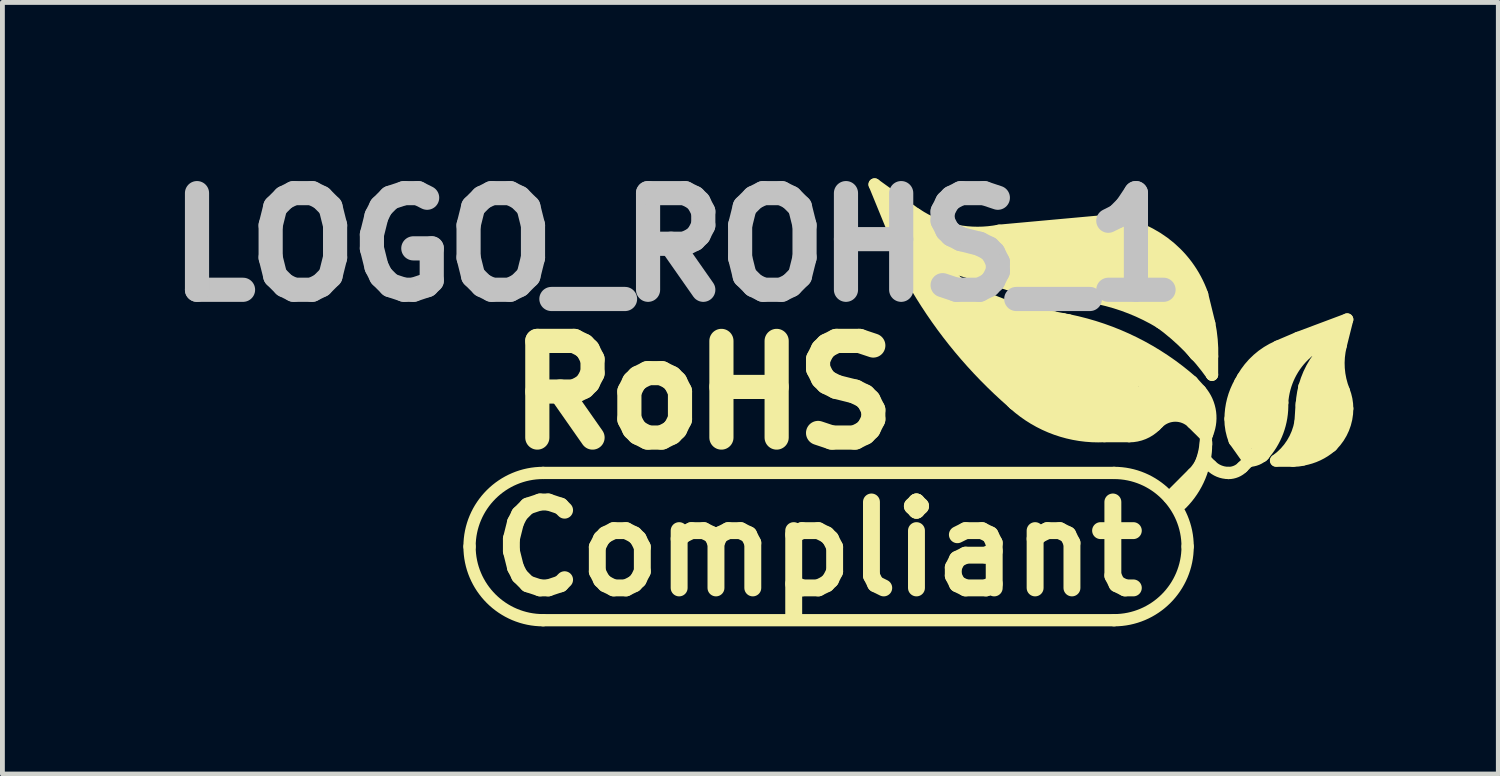
<source format=kicad_pcb>
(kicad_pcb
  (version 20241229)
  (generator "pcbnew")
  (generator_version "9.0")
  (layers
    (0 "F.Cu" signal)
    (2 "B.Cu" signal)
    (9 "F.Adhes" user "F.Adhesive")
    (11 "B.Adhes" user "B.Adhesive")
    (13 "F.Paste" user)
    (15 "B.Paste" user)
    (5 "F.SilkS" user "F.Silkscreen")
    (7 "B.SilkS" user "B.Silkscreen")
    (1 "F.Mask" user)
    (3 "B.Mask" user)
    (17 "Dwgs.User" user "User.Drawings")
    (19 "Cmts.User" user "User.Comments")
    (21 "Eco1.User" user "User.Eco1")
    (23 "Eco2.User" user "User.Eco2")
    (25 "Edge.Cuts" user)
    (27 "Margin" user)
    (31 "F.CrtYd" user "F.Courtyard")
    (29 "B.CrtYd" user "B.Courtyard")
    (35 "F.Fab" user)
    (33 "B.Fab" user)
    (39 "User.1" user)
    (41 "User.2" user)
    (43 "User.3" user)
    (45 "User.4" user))
  (footprint "LOGO_ROHS_1"
    (layer "F.Cu")
    (at 7.682 9.149)
    (property "Reference" "LOGO_ROHS_1" (at 3.297 -7.102 0) (layer "Dwgs.User") (effects (font (size 2 2) (thickness 0.5))))
    (attr through_hole)
    (fp_line (start 0.508 0.635) (end 12.319 0.635) (stroke (width 0.254) (type solid)) (layer "F.SilkS"))
    (fp_line (start 7.366 -8.382) (end 8.227 -7.762) (stroke (width 0.254) (type solid)) (layer "F.SilkS"))
    (fp_line (start 7.366 -8.382) (end 8.232 -6.266) (stroke (width 0.254) (type solid)) (layer "F.SilkS"))
    (fp_line (start 7.747 -7.874) (end 8.255 -6.985) (stroke (width 0.508) (type solid)) (layer "F.SilkS"))
    (fp_line (start 7.747 -7.874) (end 8.76 -7.236) (stroke (width 0.254) (type solid)) (layer "F.SilkS"))
    (fp_line (start 8.255 -6.985) (end 8.382 -6.477) (stroke (width 0.508) (type solid)) (layer "F.SilkS"))
    (fp_line (start 8.382 -6.477) (end 8.76 -5.969) (stroke (width 0.508) (type solid)) (layer "F.SilkS"))
    (fp_line (start 8.636 -6.985) (end 13.208 -6.985) (stroke (width 0.508) (type solid)) (layer "F.SilkS"))
    (fp_line (start 8.76 -7.236) (end 9.906 -7.236) (stroke (width 0.508) (type solid)) (layer "F.SilkS"))
    (fp_line (start 8.76 -6.731) (end 9.042 -6.383) (stroke (width 0.254) (type solid)) (layer "F.SilkS"))
    (fp_line (start 8.76 -6.35) (end 8.382 -7.236) (stroke (width 0.508) (type solid)) (layer "F.SilkS"))
    (fp_line (start 8.76 -5.969) (end 8.76 -6.35) (stroke (width 0.508) (type solid)) (layer "F.SilkS"))
    (fp_line (start 8.89 -5.842) (end 9.271 -5.334) (stroke (width 0.508) (type solid)) (layer "F.SilkS"))
    (fp_line (start 9.144 -6.858) (end 8.636 -6.985) (stroke (width 0.508) (type solid)) (layer "F.SilkS"))
    (fp_line (start 9.271 -5.715) (end 10.033 -5.08) (stroke (width 0.508) (type solid)) (layer "F.SilkS"))
    (fp_line (start 9.271 -5.334) (end 9.525 -4.953) (stroke (width 0.508) (type solid)) (layer "F.SilkS"))
    (fp_line (start 9.525 -4.953) (end 10.414 -4.064) (stroke (width 0.508) (type solid)) (layer "F.SilkS"))
    (fp_line (start 9.906 -7.236) (end 10.922 -7.366) (stroke (width 0.508) (type solid)) (layer "F.SilkS"))
    (fp_line (start 9.906 -5.715) (end 9.144 -6.096) (stroke (width 0.508) (type solid)) (layer "F.SilkS"))
    (fp_line (start 9.944 -7.424) (end 12.093 -7.62) (stroke (width 0.254) (type solid)) (layer "F.SilkS"))
    (fp_line (start 10.033 -5.08) (end 10.16 -5.207) (stroke (width 0.508) (type solid)) (layer "F.SilkS"))
    (fp_line (start 10.147 -6.317) (end 8.76 -6.731) (stroke (width 0.254) (type solid)) (layer "F.SilkS"))
    (fp_line (start 10.16 -5.207) (end 10.287 -5.207) (stroke (width 0.508) (type solid)) (layer "F.SilkS"))
    (fp_line (start 10.16 -4.699) (end 10.287 -4.826) (stroke (width 0.508) (type solid)) (layer "F.SilkS"))
    (fp_line (start 10.216 -3.879) (end 10.251 -3.843) (stroke (width 0.254) (type solid)) (layer "F.SilkS"))
    (fp_line (start 10.287 -5.207) (end 11.43 -5.08) (stroke (width 0.508) (type solid)) (layer "F.SilkS"))
    (fp_line (start 10.287 -4.826) (end 10.795 -4.826) (stroke (width 0.508) (type solid)) (layer "F.SilkS"))
    (fp_line (start 10.287 -4.572) (end 10.16 -4.699) (stroke (width 0.508) (type solid)) (layer "F.SilkS"))
    (fp_line (start 10.414 -6.477) (end 9.144 -6.858) (stroke (width 0.508) (type solid)) (layer "F.SilkS"))
    (fp_line (start 10.414 -4.064) (end 10.922 -3.683) (stroke (width 0.508) (type solid)) (layer "F.SilkS"))
    (fp_line (start 10.643 -5.461) (end 9.906 -5.715) (stroke (width 0.508) (type solid)) (layer "F.SilkS"))
    (fp_line (start 10.795 -4.826) (end 11.811 -4.572) (stroke (width 0.508) (type solid)) (layer "F.SilkS"))
    (fp_line (start 10.922 -7.366) (end 12.573 -7.366) (stroke (width 0.508) (type solid)) (layer "F.SilkS"))
    (fp_line (start 10.922 -4.064) (end 10.287 -4.572) (stroke (width 0.508) (type solid)) (layer "F.SilkS"))
    (fp_line (start 10.922 -3.683) (end 11.811 -3.429) (stroke (width 0.508) (type solid)) (layer "F.SilkS"))
    (fp_line (start 11.069 -5.631) (end 11.379 -5.57) (stroke (width 0.254) (type solid)) (layer "F.SilkS"))
    (fp_line (start 11.252 -5.461) (end 10.643 -5.461) (stroke (width 0.508) (type solid)) (layer "F.SilkS"))
    (fp_line (start 11.43 -5.08) (end 12.446 -4.826) (stroke (width 0.508) (type solid)) (layer "F.SilkS"))
    (fp_line (start 11.43 -3.937) (end 10.922 -4.064) (stroke (width 0.508) (type solid)) (layer "F.SilkS"))
    (fp_line (start 11.557 -6.35) (end 10.414 -6.477) (stroke (width 0.508) (type solid)) (layer "F.SilkS"))
    (fp_line (start 11.684 -6.35) (end 11.557 -6.35) (stroke (width 0.508) (type solid)) (layer "F.SilkS"))
    (fp_line (start 11.811 -4.572) (end 12.065 -4.572) (stroke (width 0.508) (type solid)) (layer "F.SilkS"))
    (fp_line (start 11.811 -3.81) (end 11.43 -3.937) (stroke (width 0.508) (type solid)) (layer "F.SilkS"))
    (fp_line (start 11.811 -3.429) (end 12.7 -3.429) (stroke (width 0.508) (type solid)) (layer "F.SilkS"))
    (fp_line (start 12.014 -6.027) (end 11.496 -6.101) (stroke (width 0.254) (type solid)) (layer "F.SilkS"))
    (fp_line (start 12.065 -4.572) (end 12.573 -4.318) (stroke (width 0.508) (type solid)) (layer "F.SilkS"))
    (fp_line (start 12.065 -4.191) (end 10.795 -4.445) (stroke (width 0.508) (type solid)) (layer "F.SilkS"))
    (fp_line (start 12.121 -3.175) (end 12.636 -3.175) (stroke (width 0.254) (type solid)) (layer "F.SilkS"))
    (fp_line (start 12.192 -6.35) (end 11.684 -6.35) (stroke (width 0.508) (type solid)) (layer "F.SilkS"))
    (fp_line (start 12.319 -2.413) (end 0.508 -2.413) (stroke (width 0.254) (type solid)) (layer "F.SilkS"))
    (fp_line (start 12.446 -4.826) (end 13.081 -4.318) (stroke (width 0.508) (type solid)) (layer "F.SilkS"))
    (fp_line (start 12.446 -4.064) (end 12.065 -4.191) (stroke (width 0.508) (type solid)) (layer "F.SilkS"))
    (fp_line (start 12.446 -3.81) (end 11.811 -3.81) (stroke (width 0.508) (type solid)) (layer "F.SilkS"))
    (fp_line (start 12.573 -7.366) (end 13.208 -6.985) (stroke (width 0.508) (type solid)) (layer "F.SilkS"))
    (fp_line (start 12.573 -4.318) (end 12.573 -4.191) (stroke (width 0.508) (type solid)) (layer "F.SilkS"))
    (fp_line (start 12.573 -4.191) (end 12.446 -4.064) (stroke (width 0.508) (type solid)) (layer "F.SilkS"))
    (fp_line (start 12.649 -4.978) (end 11.252 -5.461) (stroke (width 0.508) (type solid)) (layer "F.SilkS"))
    (fp_line (start 12.7 -3.429) (end 13.462 -3.937) (stroke (width 0.508) (type solid)) (layer "F.SilkS"))
    (fp_line (start 12.827 -5.969) (end 12.192 -6.35) (stroke (width 0.508) (type solid)) (layer "F.SilkS"))
    (fp_line (start 12.827 -3.937) (end 12.446 -3.81) (stroke (width 0.508) (type solid)) (layer "F.SilkS"))
    (fp_line (start 12.954 -5.969) (end 13.208 -6.477) (stroke (width 0.508) (type solid)) (layer "F.SilkS"))
    (fp_line (start 13.081 -4.318) (end 13.208 -4.191) (stroke (width 0.508) (type solid)) (layer "F.SilkS"))
    (fp_line (start 13.081 -3.937) (end 12.827 -3.937) (stroke (width 0.508) (type solid)) (layer "F.SilkS"))
    (fp_line (start 13.175 -3.396) (end 13.228 -3.449) (stroke (width 0.254) (type solid)) (layer "F.SilkS"))
    (fp_line (start 13.208 -6.985) (end 13.208 -6.731) (stroke (width 0.508) (type solid)) (layer "F.SilkS"))
    (fp_line (start 13.208 -6.985) (end 13.716 -6.477) (stroke (width 0.508) (type solid)) (layer "F.SilkS"))
    (fp_line (start 13.208 -6.731) (end 8.255 -6.807) (stroke (width 0.508) (type solid)) (layer "F.SilkS"))
    (fp_line (start 13.208 -6.477) (end 13.208 -6.731) (stroke (width 0.508) (type solid)) (layer "F.SilkS"))
    (fp_line (start 13.208 -6.477) (end 13.589 -5.969) (stroke (width 0.508) (type solid)) (layer "F.SilkS"))
    (fp_line (start 13.208 -4.191) (end 13.081 -3.937) (stroke (width 0.508) (type solid)) (layer "F.SilkS"))
    (fp_line (start 13.289 -5.519) (end 13.282 -5.524) (stroke (width 0.254) (type solid)) (layer "F.SilkS"))
    (fp_line (start 13.335 -6.35) (end 11.684 -6.35) (stroke (width 0.508) (type solid)) (layer "F.SilkS"))
    (fp_line (start 13.335 -4.572) (end 12.649 -4.978) (stroke (width 0.508) (type solid)) (layer "F.SilkS"))
    (fp_line (start 13.462 -3.937) (end 13.843 -3.81) (stroke (width 0.508) (type solid)) (layer "F.SilkS"))
    (fp_line (start 13.462 -1.905) (end 13.952 -2.395) (stroke (width 0.254) (type solid)) (layer "F.SilkS"))
    (fp_line (start 13.589 -5.588) (end 12.954 -5.969) (stroke (width 0.508) (type solid)) (layer "F.SilkS"))
    (fp_line (start 13.589 -1.905) (end 13.774 -2.09) (stroke (width 0.254) (type solid)) (layer "F.SilkS"))
    (fp_line (start 13.589 -1.778) (end 14.097 -2.54) (stroke (width 0.254) (type solid)) (layer "F.SilkS"))
    (fp_line (start 13.716 -6.477) (end 13.97 -5.969) (stroke (width 0.508) (type solid)) (layer "F.SilkS"))
    (fp_line (start 13.843 -4.064) (end 13.335 -4.572) (stroke (width 0.508) (type solid)) (layer "F.SilkS"))
    (fp_line (start 13.843 -3.81) (end 14.097 -3.556) (stroke (width 0.508) (type solid)) (layer "F.SilkS"))
    (fp_line (start 13.934 -4.3) (end 14.105 -4.112) (stroke (width 0.254) (type solid)) (layer "F.SilkS"))
    (fp_line (start 13.947 -3.449) (end 14.224 -3.175) (stroke (width 0.254) (type solid)) (layer "F.SilkS"))
    (fp_line (start 13.97 -5.969) (end 14.097 -4.953) (stroke (width 0.508) (type solid)) (layer "F.SilkS"))
    (fp_line (start 14.097 -4.953) (end 13.589 -5.588) (stroke (width 0.508) (type solid)) (layer "F.SilkS"))
    (fp_line (start 14.097 -3.556) (end 13.843 -4.064) (stroke (width 0.508) (type solid)) (layer "F.SilkS"))
    (fp_line (start 14.143 -6.104) (end 14.29 -5.504) (stroke (width 0.254) (type solid)) (layer "F.SilkS"))
    (fp_line (start 14.224 -3.002) (end 14.224 -3.048) (stroke (width 0.254) (type solid)) (layer "F.SilkS"))
    (fp_line (start 14.224 -2.667) (end 14.328 -2.56) (stroke (width 0.254) (type solid)) (layer "F.SilkS"))
    (fp_line (start 14.247 -3.221) (end 14.224 -3.175) (stroke (width 0.254) (type solid)) (layer "F.SilkS"))
    (fp_line (start 14.348 -4.826) (end 14.348 -4.445) (stroke (width 0.254) (type solid)) (layer "F.SilkS"))
    (fp_line (start 14.348 -4.445) (end 14.346 -4.448) (stroke (width 0.254) (type solid)) (layer "F.SilkS"))
    (fp_line (start 14.859 -3.683) (end 14.986 -3.683) (stroke (width 0.254) (type solid)) (layer "F.SilkS"))
    (fp_line (start 14.859 -3.429) (end 14.859 -3.683) (stroke (width 0.254) (type solid)) (layer "F.SilkS"))
    (fp_line (start 14.859 -3.429) (end 15.621 -3.429) (stroke (width 0.254) (type solid)) (layer "F.SilkS"))
    (fp_line (start 14.859 -3.406) (end 14.859 -3.429) (stroke (width 0.254) (type solid)) (layer "F.SilkS"))
    (fp_line (start 14.859 -3.302) (end 15.621 -3.302) (stroke (width 0.254) (type solid)) (layer "F.SilkS"))
    (fp_line (start 14.933 -4.288) (end 14.986 -4.381) (stroke (width 0.254) (type solid)) (layer "F.SilkS"))
    (fp_line (start 14.978 -2.532) (end 15.113 -2.667) (stroke (width 0.254) (type solid)) (layer "F.SilkS"))
    (fp_line (start 14.986 -3.683) (end 14.986 -3.556) (stroke (width 0.254) (type solid)) (layer "F.SilkS"))
    (fp_line (start 14.986 -3.683) (end 15.113 -3.683) (stroke (width 0.254) (type solid)) (layer "F.SilkS"))
    (fp_line (start 14.986 -3.556) (end 14.986 -3.175) (stroke (width 0.254) (type solid)) (layer "F.SilkS"))
    (fp_line (start 14.986 -3.556) (end 15.621 -3.556) (stroke (width 0.254) (type solid)) (layer "F.SilkS"))
    (fp_line (start 14.986 -3.175) (end 14.986 -3.048) (stroke (width 0.254) (type solid)) (layer "F.SilkS"))
    (fp_line (start 14.986 -3.175) (end 15.621 -3.175) (stroke (width 0.254) (type solid)) (layer "F.SilkS"))
    (fp_line (start 14.986 -3.048) (end 14.986 -2.921) (stroke (width 0.254) (type solid)) (layer "F.SilkS"))
    (fp_line (start 14.986 -3.048) (end 15.494 -3.048) (stroke (width 0.254) (type solid)) (layer "F.SilkS"))
    (fp_line (start 15.113 -3.683) (end 15.113 -3.048) (stroke (width 0.254) (type solid)) (layer "F.SilkS"))
    (fp_line (start 15.113 -3.683) (end 15.494 -3.683) (stroke (width 0.254) (type solid)) (layer "F.SilkS"))
    (fp_line (start 15.113 -2.667) (end 14.816 -3.086) (stroke (width 0.254) (type solid)) (layer "F.SilkS"))
    (fp_line (start 15.126 -2.667) (end 15.113 -2.667) (stroke (width 0.254) (type solid)) (layer "F.SilkS"))
    (fp_line (start 15.415 -2.791) (end 15.387 -2.764) (stroke (width 0.254) (type solid)) (layer "F.SilkS"))
    (fp_line (start 15.494 -3.683) (end 15.494 -3.175) (stroke (width 0.254) (type solid)) (layer "F.SilkS"))
    (fp_line (start 15.494 -3.683) (end 15.748 -3.683) (stroke (width 0.254) (type solid)) (layer "F.SilkS"))
    (fp_line (start 15.707 -5.027) (end 16.129 -5.207) (stroke (width 0.254) (type solid)) (layer "F.SilkS"))
    (fp_line (start 15.748 -4.191) (end 14.986 -4.191) (stroke (width 0.254) (type solid)) (layer "F.SilkS"))
    (fp_line (start 15.748 -4.064) (end 14.986 -4.064) (stroke (width 0.254) (type solid)) (layer "F.SilkS"))
    (fp_line (start 15.748 -3.937) (end 14.859 -3.937) (stroke (width 0.254) (type solid)) (layer "F.SilkS"))
    (fp_line (start 15.748 -3.81) (end 14.859 -3.81) (stroke (width 0.254) (type solid)) (layer "F.SilkS"))
    (fp_line (start 15.748 -3.683) (end 15.24 -2.794) (stroke (width 0.254) (type solid)) (layer "F.SilkS"))
    (fp_line (start 15.799 -3.861) (end 15.799 -3.868) (stroke (width 0.254) (type solid)) (layer "F.SilkS"))
    (fp_line (start 15.875 -4.445) (end 15.113 -4.445) (stroke (width 0.254) (type solid)) (layer "F.SilkS"))
    (fp_line (start 15.875 -4.318) (end 14.986 -4.318) (stroke (width 0.254) (type solid)) (layer "F.SilkS"))
    (fp_line (start 15.875 -2.794) (end 16.383 -2.794) (stroke (width 0.254) (type solid)) (layer "F.SilkS"))
    (fp_line (start 16.002 -4.699) (end 15.367 -4.699) (stroke (width 0.254) (type solid)) (layer "F.SilkS"))
    (fp_line (start 16.002 -4.572) (end 15.24 -4.572) (stroke (width 0.254) (type solid)) (layer "F.SilkS"))
    (fp_line (start 16.002 -2.921) (end 16.637 -2.921) (stroke (width 0.254) (type solid)) (layer "F.SilkS"))
    (fp_line (start 16.027 -2.667) (end 15.672 -2.667) (stroke (width 0.254) (type solid)) (layer "F.SilkS"))
    (fp_line (start 16.129 -5.207) (end 17.145 -5.588) (stroke (width 0.254) (type solid)) (layer "F.SilkS"))
    (fp_line (start 16.129 -5.08) (end 16.891 -5.08) (stroke (width 0.254) (type solid)) (layer "F.SilkS"))
    (fp_line (start 16.129 -4.826) (end 15.621 -4.826) (stroke (width 0.254) (type solid)) (layer "F.SilkS"))
    (fp_line (start 16.129 -3.175) (end 16.891 -3.175) (stroke (width 0.254) (type solid)) (layer "F.SilkS"))
    (fp_line (start 16.129 -3.048) (end 16.764 -3.048) (stroke (width 0.254) (type solid)) (layer "F.SilkS"))
    (fp_line (start 16.18 -3.302) (end 17.018 -3.302) (stroke (width 0.254) (type solid)) (layer "F.SilkS"))
    (fp_line (start 16.205 -3.858) (end 16.18 -3.467) (stroke (width 0.254) (type solid)) (layer "F.SilkS"))
    (fp_line (start 16.256 -4.191) (end 16.891 -4.191) (stroke (width 0.254) (type solid)) (layer "F.SilkS"))
    (fp_line (start 16.256 -4.064) (end 17.018 -4.064) (stroke (width 0.254) (type solid)) (layer "F.SilkS"))
    (fp_line (start 16.256 -3.937) (end 17.018 -3.937) (stroke (width 0.254) (type solid)) (layer "F.SilkS"))
    (fp_line (start 16.256 -3.81) (end 17.018 -3.81) (stroke (width 0.254) (type solid)) (layer "F.SilkS"))
    (fp_line (start 16.256 -3.683) (end 17.018 -3.683) (stroke (width 0.254) (type solid)) (layer "F.SilkS"))
    (fp_line (start 16.256 -3.556) (end 17.018 -3.556) (stroke (width 0.254) (type solid)) (layer "F.SilkS"))
    (fp_line (start 16.256 -3.429) (end 17.018 -3.429) (stroke (width 0.254) (type solid)) (layer "F.SilkS"))
    (fp_line (start 16.383 -5.207) (end 17.018 -5.207) (stroke (width 0.254) (type solid)) (layer "F.SilkS"))
    (fp_line (start 16.383 -4.445) (end 16.891 -4.445) (stroke (width 0.254) (type solid)) (layer "F.SilkS"))
    (fp_line (start 16.383 -4.318) (end 16.891 -4.318) (stroke (width 0.254) (type solid)) (layer "F.SilkS"))
    (fp_line (start 16.51 -5.334) (end 17.018 -5.334) (stroke (width 0.254) (type solid)) (layer "F.SilkS"))
    (fp_line (start 16.637 -4.953) (end 15.748 -4.953) (stroke (width 0.254) (type solid)) (layer "F.SilkS"))
    (fp_line (start 16.637 -4.953) (end 16.637 -4.445) (stroke (width 0.254) (type solid)) (layer "F.SilkS"))
    (fp_line (start 16.764 -4.953) (end 16.637 -4.953) (stroke (width 0.254) (type solid)) (layer "F.SilkS"))
    (fp_line (start 16.764 -4.953) (end 16.764 -4.445) (stroke (width 0.254) (type solid)) (layer "F.SilkS"))
    (fp_line (start 16.83 -2.987) (end 16.807 -2.964) (stroke (width 0.254) (type solid)) (layer "F.SilkS"))
    (fp_line (start 16.891 -4.953) (end 16.764 -4.953) (stroke (width 0.254) (type solid)) (layer "F.SilkS"))
    (fp_line (start 17.145 -5.588) (end 17.01 -5.05) (stroke (width 0.254) (type solid)) (layer "F.SilkS"))
    (fp_arc (start -1.016 -0.889) (mid -0.569631 -1.966631) (end 0.508 -2.413) (stroke (width 0.254) (type solid)) (layer "F.SilkS"))
    (fp_arc (start 0.508 0.635) (mid -0.569631 0.188631) (end -1.016 -0.889) (stroke (width 0.254) (type solid)) (layer "F.SilkS"))
    (fp_arc (start 9.9441 -7.42442) (mid 9.052753 -7.423876) (end 8.229048 -7.764478) (stroke (width 0.254) (type solid)) (layer "F.SilkS"))
    (fp_arc (start 10.21588 -3.87858) (mid 9.129383 -4.989859) (end 8.234536 -6.260553) (stroke (width 0.254) (type solid)) (layer "F.SilkS"))
    (fp_arc (start 11.06932 -5.63118) (mid 10.012995 -5.890287) (end 9.042459 -6.381222) (stroke (width 0.254) (type solid)) (layer "F.SilkS"))
    (fp_arc (start 11.3792 -5.57022) (mid 12.73964 -5.103107) (end 13.933527 -4.300844) (stroke (width 0.254) (type solid)) (layer "F.SilkS"))
    (fp_arc (start 11.49604 -6.10108) (mid 10.819744 -6.177293) (end 10.153621 -6.316813) (stroke (width 0.254) (type solid)) (layer "F.SilkS"))
    (fp_arc (start 12.0142 -6.02742) (mid 12.666713 -5.829467) (end 13.27787 -5.527066) (stroke (width 0.254) (type solid)) (layer "F.SilkS"))
    (fp_arc (start 12.09294 -7.62) (mid 13.349685 -7.17762) (end 14.143264 -6.107415) (stroke (width 0.254) (type solid)) (layer "F.SilkS"))
    (fp_arc (start 12.12088 -3.175) (mid 11.121888 -3.32285) (end 10.255067 -3.840987) (stroke (width 0.254) (type solid)) (layer "F.SilkS"))
    (fp_arc (start 12.319 -2.413) (mid 13.396631 -1.966631) (end 13.843 -0.889) (stroke (width 0.254) (type solid)) (layer "F.SilkS"))
    (fp_arc (start 13.17498 -3.39598) (mid 12.927923 -3.230902) (end 12.6365 -3.172934) (stroke (width 0.254) (type solid)) (layer "F.SilkS"))
    (fp_arc (start 13.22832 -3.44932) (mid 13.587204 -3.599462) (end 13.94714 -3.45186) (stroke (width 0.254) (type solid)) (layer "F.SilkS"))
    (fp_arc (start 13.28928 -5.51942) (mid 13.859872 -5.026772) (end 14.344359 -4.449235) (stroke (width 0.254) (type solid)) (layer "F.SilkS"))
    (fp_arc (start 13.843 -0.889) (mid 13.396631 0.188631) (end 12.319 0.635) (stroke (width 0.254) (type solid)) (layer "F.SilkS"))
    (fp_arc (start 14.10462 -4.11226) (mid 14.306677 -3.661802) (end 14.224846 -3.174931) (stroke (width 0.254) (type solid)) (layer "F.SilkS"))
    (fp_arc (start 14.224 -3.175) (mid 14.108191 -2.587709) (end 13.776451 -2.089441) (stroke (width 0.254) (type solid)) (layer "F.SilkS"))
    (fp_arc (start 14.224 -3.048) (mid 14.154787 -2.694965) (end 13.955743 -2.395289) (stroke (width 0.254) (type solid)) (layer "F.SilkS"))
    (fp_arc (start 14.224 -3.00228) (mid 14.092523 -2.339792) (end 13.718022 -1.77772) (stroke (width 0.254) (type solid)) (layer "F.SilkS"))
    (fp_arc (start 14.29004 -5.50418) (mid 14.339077 -5.167151) (end 14.35024 -4.826757) (stroke (width 0.254) (type solid)) (layer "F.SilkS"))
    (fp_arc (start 14.68628 -2.413) (mid 14.492849 -2.451476) (end 14.328866 -2.561046) (stroke (width 0.254) (type solid)) (layer "F.SilkS"))
    (fp_arc (start 14.732 -3.5306) (mid 14.782901 -3.921185) (end 14.932206 -4.285679) (stroke (width 0.254) (type solid)) (layer "F.SilkS"))
    (fp_arc (start 14.81582 -3.0861) (mid 14.751793 -3.304012) (end 14.730126 -3.530099) (stroke (width 0.254) (type solid)) (layer "F.SilkS"))
    (fp_arc (start 14.97838 -2.53238) (mid 14.844363 -2.442833) (end 14.68628 -2.411388) (stroke (width 0.254) (type solid)) (layer "F.SilkS"))
    (fp_arc (start 14.986 -4.3815) (mid 15.29456 -4.762287) (end 15.708 -5.025489) (stroke (width 0.254) (type solid)) (layer "F.SilkS"))
    (fp_arc (start 15.113 -2.794) (mid 14.92563 -3.074154) (end 14.859445 -3.404629) (stroke (width 0.254) (type solid)) (layer "F.SilkS"))
    (fp_arc (start 15.41526 -2.79146) (mid 15.275764 -2.698164) (end 15.111212 -2.665208) (stroke (width 0.254) (type solid)) (layer "F.SilkS"))
    (fp_arc (start 15.7988 -3.86842) (mid 15.949811 -4.434562) (end 16.30598 -4.89982) (stroke (width 0.254) (type solid)) (layer "F.SilkS"))
    (fp_arc (start 15.7988 -3.8608) (mid 15.702818 -3.271586) (end 15.38866 -2.763954) (stroke (width 0.254) (type solid)) (layer "F.SilkS"))
    (fp_arc (start 16.1798 -3.4671) (mid 16.007869 -3.019303) (end 15.67766 -2.671387) (stroke (width 0.254) (type solid)) (layer "F.SilkS"))
    (fp_arc (start 16.2052 -3.81508) (mid 16.306613 -4.337513) (end 16.559205 -4.805934) (stroke (width 0.254) (type solid)) (layer "F.SilkS"))
    (fp_arc (start 16.22552 -2.68986) (mid 16.126535 -2.671679) (end 16.026073 -2.665697) (stroke (width 0.254) (type solid)) (layer "F.SilkS"))
    (fp_arc (start 16.80718 -2.96418) (mid 16.535901 -2.788047) (end 16.227503 -2.690547) (stroke (width 0.254) (type solid)) (layer "F.SilkS"))
    (fp_arc (start 17.07388 -4.11226) (mid 16.96827 -4.57452) (end 17.009851 -5.046864) (stroke (width 0.254) (type solid)) (layer "F.SilkS"))
    (fp_arc (start 17.07388 -4.11226) (mid 17.126889 -3.931266) (end 17.144717 -3.743513) (stroke (width 0.254) (type solid)) (layer "F.SilkS"))
    (fp_arc (start 17.145 -3.74396) (mid 17.063408 -3.333769) (end 16.831054 -2.986026) (stroke (width 0.254) (type solid)) (layer "F.SilkS"))
    (fp_text user "RoHS" (at 3.815 -4.044 0) (layer "F.SilkS") (effects (font (size 2 2) (thickness 0.5))))
    (fp_text user "Compliant" (at 6.2 -0.838 0) (layer "F.SilkS") (effects (font (size 1.778 1.778) (thickness 0.35)))))
  (gr_rect
    (start -3 -3)
    (end 27.954 12.966)
    (stroke (width 0.1) (type default))
    (fill no)
    (layer "Edge.Cuts")))
</source>
